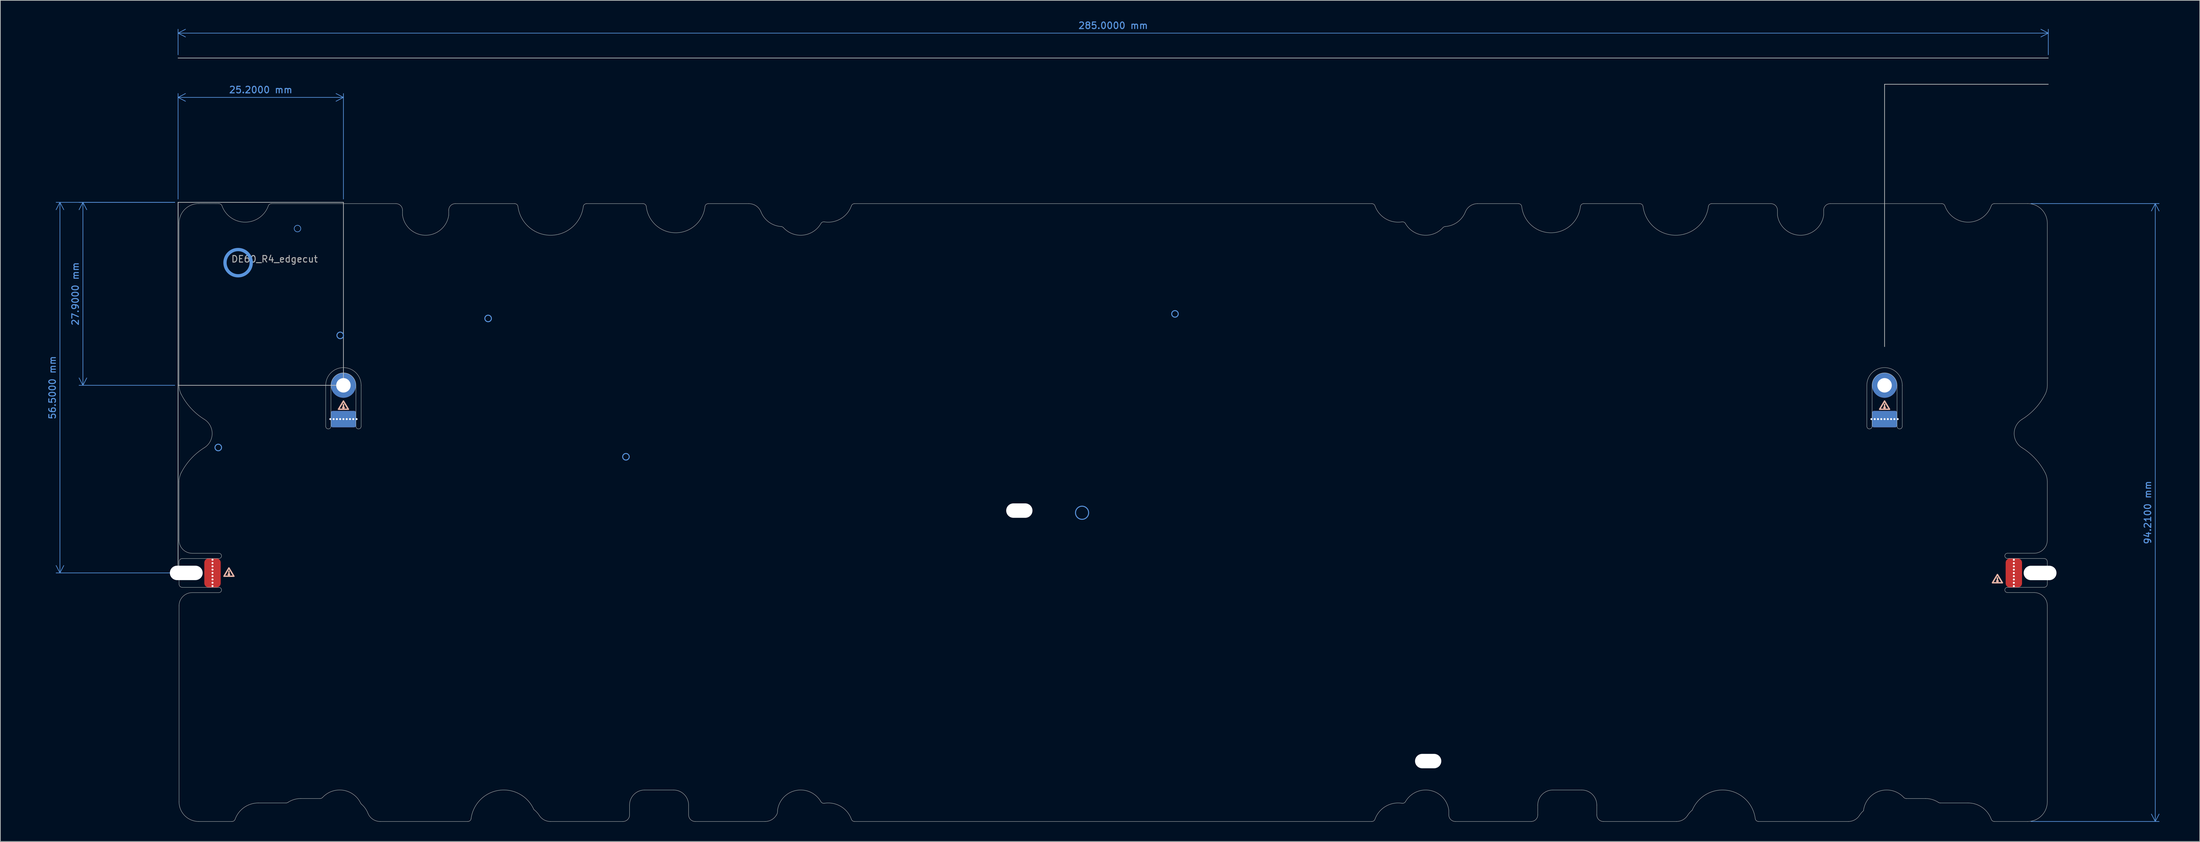
<source format=kicad_pcb>
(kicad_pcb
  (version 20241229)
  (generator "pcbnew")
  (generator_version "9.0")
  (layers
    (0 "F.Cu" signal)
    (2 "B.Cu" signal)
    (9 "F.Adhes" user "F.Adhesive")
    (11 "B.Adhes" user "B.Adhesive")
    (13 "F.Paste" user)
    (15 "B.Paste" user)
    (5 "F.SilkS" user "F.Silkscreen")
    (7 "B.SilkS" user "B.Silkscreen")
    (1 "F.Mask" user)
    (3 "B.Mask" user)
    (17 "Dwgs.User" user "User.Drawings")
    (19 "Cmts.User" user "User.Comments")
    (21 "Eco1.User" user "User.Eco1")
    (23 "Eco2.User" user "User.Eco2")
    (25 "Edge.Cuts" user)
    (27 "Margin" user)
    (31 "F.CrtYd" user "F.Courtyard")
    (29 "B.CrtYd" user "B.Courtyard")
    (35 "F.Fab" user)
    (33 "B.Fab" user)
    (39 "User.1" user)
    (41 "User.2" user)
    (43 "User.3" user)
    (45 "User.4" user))
  (footprint "DE60_R4_edgecut"
    (layer "F.Cu")
    (at 33.235 36.998)
    (property "Reference" "DE60_R4_edgecut" (at 5.55 -0.55 0) (unlocked yes) (layer "F.Fab") (effects (font (size 1 1) (thickness 0.15))))
    (fp_line (start -2.15 47.8) (end -0.65 47.8) (stroke (width 0.2) (type default)) (layer "F.SilkS"))
    (fp_line (start -1.4 46.55) (end -2.15 47.8) (stroke (width 0.2) (type default)) (layer "F.SilkS"))
    (fp_line (start -1.4 47.05) (end -1.4 47.3) (stroke (width 0.2) (type default)) (layer "F.SilkS"))
    (fp_line (start -0.65 47.8) (end -1.4 46.55) (stroke (width 0.2) (type default)) (layer "F.SilkS"))
    (fp_line (start 15.3 22.35) (end 16.8 22.35) (stroke (width 0.2) (type default)) (layer "F.SilkS"))
    (fp_line (start 16.05 21.1) (end 15.3 22.35) (stroke (width 0.2) (type default)) (layer "F.SilkS"))
    (fp_line (start 16.05 21.6) (end 16.05 21.85) (stroke (width 0.2) (type default)) (layer "F.SilkS"))
    (fp_line (start 16.8 22.35) (end 16.05 21.1) (stroke (width 0.2) (type default)) (layer "F.SilkS"))
    (fp_line (start 250.15 22.35) (end 251.65 22.35) (stroke (width 0.2) (type default)) (layer "F.SilkS"))
    (fp_line (start 250.9 21.1) (end 250.15 22.35) (stroke (width 0.2) (type default)) (layer "F.SilkS"))
    (fp_line (start 250.9 21.6) (end 250.9 21.85) (stroke (width 0.2) (type default)) (layer "F.SilkS"))
    (fp_line (start 251.65 22.35) (end 250.9 21.1) (stroke (width 0.2) (type default)) (layer "F.SilkS"))
    (fp_line (start 267.35 48.8) (end 268.85 48.8) (stroke (width 0.2) (type default)) (layer "F.SilkS"))
    (fp_line (start 268.1 47.55) (end 267.35 48.8) (stroke (width 0.2) (type default)) (layer "F.SilkS"))
    (fp_line (start 268.1 48.05) (end 268.1 48.3) (stroke (width 0.2) (type default)) (layer "F.SilkS"))
    (fp_line (start 268.85 48.8) (end 268.1 47.55) (stroke (width 0.2) (type default)) (layer "F.SilkS"))
    (fp_circle (center -1.4 47.55) (end -1.4 47.55) (stroke (width 0.2) (type default)) (fill no) (layer "F.SilkS"))
    (fp_circle (center 16.05 22.1) (end 16.05 22.1) (stroke (width 0.2) (type default)) (fill no) (layer "F.SilkS"))
    (fp_circle (center 250.9 22.1) (end 250.9 22.1) (stroke (width 0.2) (type default)) (fill no) (layer "F.SilkS"))
    (fp_circle (center 268.1 48.55) (end 268.1 48.55) (stroke (width 0.2) (type default)) (fill no) (layer "F.SilkS"))
    (fp_line (start -2.15 47.8) (end -1.4 46.55) (stroke (width 0.2) (type default)) (layer "B.SilkS"))
    (fp_line (start -1.4 46.55) (end -0.65 47.8) (stroke (width 0.2) (type default)) (layer "B.SilkS"))
    (fp_line (start -1.4 47.05) (end -1.4 47.3) (stroke (width 0.2) (type default)) (layer "B.SilkS"))
    (fp_line (start -0.65 47.8) (end -2.15 47.8) (stroke (width 0.2) (type default)) (layer "B.SilkS"))
    (fp_line (start 15.3 22.35) (end 16.05 21.1) (stroke (width 0.2) (type default)) (layer "B.SilkS"))
    (fp_line (start 16.05 21.1) (end 16.8 22.35) (stroke (width 0.2) (type default)) (layer "B.SilkS"))
    (fp_line (start 16.05 21.6) (end 16.05 21.85) (stroke (width 0.2) (type default)) (layer "B.SilkS"))
    (fp_line (start 16.8 22.35) (end 15.3 22.35) (stroke (width 0.2) (type default)) (layer "B.SilkS"))
    (fp_line (start 250.15 22.35) (end 250.9 21.1) (stroke (width 0.2) (type default)) (layer "B.SilkS"))
    (fp_line (start 250.9 21.1) (end 251.65 22.35) (stroke (width 0.2) (type default)) (layer "B.SilkS"))
    (fp_line (start 250.9 21.6) (end 250.9 21.85) (stroke (width 0.2) (type default)) (layer "B.SilkS"))
    (fp_line (start 251.65 22.35) (end 250.15 22.35) (stroke (width 0.2) (type default)) (layer "B.SilkS"))
    (fp_line (start 267.35 48.8) (end 268.1 47.55) (stroke (width 0.2) (type default)) (layer "B.SilkS"))
    (fp_line (start 268.1 47.55) (end 268.85 48.8) (stroke (width 0.2) (type default)) (layer "B.SilkS"))
    (fp_line (start 268.1 48.05) (end 268.1 48.3) (stroke (width 0.2) (type default)) (layer "B.SilkS"))
    (fp_line (start 268.85 48.8) (end 267.35 48.8) (stroke (width 0.2) (type default)) (layer "B.SilkS"))
    (fp_circle (center -1.4 47.55) (end -1.4 47.55) (stroke (width 0.2) (type default)) (fill no) (layer "B.SilkS"))
    (fp_circle (center 16.05 22.1) (end 16.05 22.1) (stroke (width 0.2) (type default)) (fill no) (layer "B.SilkS"))
    (fp_circle (center 250.9 22.1) (end 250.9 22.1) (stroke (width 0.2) (type default)) (fill no) (layer "B.SilkS"))
    (fp_circle (center 268.1 48.55) (end 268.1 48.55) (stroke (width 0.2) (type default)) (fill no) (layer "B.SilkS"))
    (fp_line (start -9.15 -31.2) (end 275.85 -31.2) (stroke (width 0.1) (type default)) (layer "Dwgs.User"))
    (fp_line (start -9.15 -9.2) (end -9.15 47.3) (stroke (width 0.1) (type default)) (layer "Dwgs.User"))
    (fp_line (start -9.15 18.7) (end -9.15 -9.2) (stroke (width 0.1) (type default)) (layer "Dwgs.User"))
    (fp_line (start -9.15 18.7) (end 16.05 18.7) (stroke (width 0.1) (type default)) (layer "Dwgs.User"))
    (fp_line (start 16.05 -9.2) (end -9.15 -9.2) (stroke (width 0.1) (type default)) (layer "Dwgs.User"))
    (fp_line (start 16.05 -9.2) (end 16.05 18.7) (stroke (width 0.1) (type default)) (layer "Dwgs.User"))
    (fp_line (start 250.9 -27.2) (end 250.9 12.8) (stroke (width 0.1) (type default)) (layer "Dwgs.User"))
    (fp_line (start 275.85 -27.2) (end 250.9 -27.2) (stroke (width 0.1) (type default)) (layer "Dwgs.User"))
    (fp_circle (center -3.023 28.179) (end -3.023 27.679) (stroke (width 0.15) (type default)) (fill no) (layer "Cmts.User"))
    (fp_circle (center 0 0) (end 2 0) (stroke (width 0.5) (type solid)) (fill no) (layer "Cmts.User"))
    (fp_circle (center 9.05 -5.2) (end 9.05 -5.7) (stroke (width 0.1) (type default)) (fill no) (layer "Cmts.User"))
    (fp_circle (center 15.56 11.085) (end 16.06 11.085) (stroke (width 0.15) (type default)) (fill no) (layer "Cmts.User"))
    (fp_circle (center 16.05 18.7) (end 16.05 17.7) (stroke (width 0.1) (type default)) (fill no) (layer "Cmts.User"))
    (fp_circle (center 38.1 8.505) (end 38.6 8.505) (stroke (width 0.15) (type default)) (fill no) (layer "Cmts.User"))
    (fp_circle (center 59.102 29.595) (end 59.602 29.595) (stroke (width 0.15) (type default)) (fill no) (layer "Cmts.User"))
    (fp_circle (center 128.61 38.13) (end 129.61 38.13) (stroke (width 0.15) (type default)) (fill no) (layer "Cmts.User"))
    (fp_circle (center 142.768 7.809) (end 142.768 7.309) (stroke (width 0.15) (type default)) (fill no) (layer "Cmts.User"))
    (fp_circle (center 250.9 18.7) (end 250.9 17.7) (stroke (width 0.1) (type default)) (fill no) (layer "Cmts.User"))
    (fp_line (start -9 33.4) (end -9 42.308) (stroke (width 0.05) (type solid)) (layer "Edge.Cuts"))
    (fp_line (start -9 45.608) (end -9 49.008) (stroke (width 0.05) (type solid)) (layer "Edge.Cuts"))
    (fp_line (start -9 -6.01) (end -9 18.7) (stroke (width 0.05) (type solid)) (layer "Edge.Cuts"))
    (fp_line (start -9 52.308) (end -9 82.2) (stroke (width 0.05) (type solid)) (layer "Edge.Cuts"))
    (fp_line (start -7 44.308) (end -2.925 44.308) (stroke (width 0.05) (type solid)) (layer "Edge.Cuts"))
    (fp_line (start -6 -9.01) (end -2.929 -9) (stroke (width 0.05) (type solid)) (layer "Edge.Cuts"))
    (fp_line (start -2.925 45.108) (end -8.5 45.108) (stroke (width 0.05) (type solid)) (layer "Edge.Cuts"))
    (fp_line (start -2.925 49.508) (end -8.5 49.508) (stroke (width 0.05) (type solid)) (layer "Edge.Cuts"))
    (fp_line (start -2.925 50.308) (end -7 50.308) (stroke (width 0.05) (type solid)) (layer "Edge.Cuts"))
    (fp_line (start -0.929 85.2) (end -6 85.2) (stroke (width 0.05) (type solid)) (layer "Edge.Cuts"))
    (fp_line (start 5.079 -9) (end 24.053 -9) (stroke (width 0.05) (type solid)) (layer "Edge.Cuts"))
    (fp_line (start 7.31 82.375) (end 3.075 82.375) (stroke (width 0.05) (type solid)) (layer "Edge.Cuts"))
    (fp_line (start 12.499 81.7) (end 9.549 81.7) (stroke (width 0.05) (type solid)) (layer "Edge.Cuts"))
    (fp_line (start 13.35 24.95) (end 13.35 18.7) (stroke (width 0.05) (type default)) (layer "Edge.Cuts"))
    (fp_line (start 14.15 18.7) (end 14.15 24.95) (stroke (width 0.05) (type default)) (layer "Edge.Cuts"))
    (fp_line (start 17.95 24.95) (end 17.95 18.7) (stroke (width 0.05) (type default)) (layer "Edge.Cuts"))
    (fp_line (start 18.75 18.7) (end 18.75 24.95) (stroke (width 0.05) (type default)) (layer "Edge.Cuts"))
    (fp_line (start 25.053 -8) (end 25.053 -7.25) (stroke (width 0.05) (type solid)) (layer "Edge.Cuts"))
    (fp_line (start 32.097 -8) (end 32.097 -7.25) (stroke (width 0.05) (type solid)) (layer "Edge.Cuts"))
    (fp_line (start 33.097 -9) (end 42.151 -9) (stroke (width 0.05) (type solid)) (layer "Edge.Cuts"))
    (fp_line (start 35.009 85.2) (end 21.639 85.2) (stroke (width 0.05) (type solid)) (layer "Edge.Cuts"))
    (fp_line (start 53.099 -9) (end 61.706 -9) (stroke (width 0.05) (type solid)) (layer "Edge.Cuts"))
    (fp_line (start 58.65 85.2) (end 47.582 85.2) (stroke (width 0.05) (type solid)) (layer "Edge.Cuts"))
    (fp_line (start 59.65 82.7) (end 59.65 84.2) (stroke (width 0.05) (type solid)) (layer "Edge.Cuts"))
    (fp_line (start 61.95 80.4) (end 66.35 80.4) (stroke (width 0.05) (type solid)) (layer "Edge.Cuts"))
    (fp_line (start 68.65 82.7) (end 68.65 84.2) (stroke (width 0.05) (type solid)) (layer "Edge.Cuts"))
    (fp_line (start 71.644 -9) (end 77.822 -9) (stroke (width 0.05) (type solid)) (layer "Edge.Cuts"))
    (fp_line (start 80.306 85.2) (end 69.65 85.2) (stroke (width 0.05) (type solid)) (layer "Edge.Cuts"))
    (fp_line (start 82.206 83.652) (end 82.206 83.466) (stroke (width 0.05) (type solid)) (layer "Edge.Cuts"))
    (fp_line (start 93.929 -9) (end 172.771 -9) (stroke (width 0.05) (type solid)) (layer "Edge.Cuts"))
    (fp_line (start 172.771 85.2) (end 93.929 85.2) (stroke (width 0.05) (type solid)) (layer "Edge.Cuts"))
    (fp_line (start 184.493 84.2) (end 184.493 83.466) (stroke (width 0.05) (type solid)) (layer "Edge.Cuts"))
    (fp_line (start 188.878 -9) (end 195.113 -9) (stroke (width 0.05) (type solid)) (layer "Edge.Cuts"))
    (fp_line (start 197.05 85.2) (end 185.493 85.2) (stroke (width 0.05) (type solid)) (layer "Edge.Cuts"))
    (fp_line (start 198.05 82.7) (end 198.05 84.2) (stroke (width 0.05) (type solid)) (layer "Edge.Cuts"))
    (fp_line (start 204.75 80.4) (end 200.35 80.4) (stroke (width 0.05) (type solid)) (layer "Edge.Cuts"))
    (fp_line (start 205.051 -9) (end 213.601 -9) (stroke (width 0.05) (type solid)) (layer "Edge.Cuts"))
    (fp_line (start 207.05 82.7) (end 207.05 84.2) (stroke (width 0.05) (type solid)) (layer "Edge.Cuts"))
    (fp_line (start 208.05 85.2) (end 219.195 85.2) (stroke (width 0.05) (type solid)) (layer "Edge.Cuts"))
    (fp_line (start 224.549 -9) (end 233.577 -9) (stroke (width 0.05) (type solid)) (layer "Edge.Cuts"))
    (fp_line (start 231.691 85.2) (end 245.387 85.2) (stroke (width 0.05) (type solid)) (layer "Edge.Cuts"))
    (fp_line (start 234.577 -8) (end 234.577 -7.25) (stroke (width 0.05) (type solid)) (layer "Edge.Cuts"))
    (fp_line (start 241.621 -8) (end 241.621 -7.25) (stroke (width 0.05) (type solid)) (layer "Edge.Cuts"))
    (fp_line (start 242.621 -9) (end 259.621 -9) (stroke (width 0.05) (type solid)) (layer "Edge.Cuts"))
    (fp_line (start 247.7 83.545) (end 247.7 83.466) (stroke (width 0.05) (type solid)) (layer "Edge.Cuts"))
    (fp_line (start 248.2 24.95) (end 248.2 18.7) (stroke (width 0.05) (type default)) (layer "Edge.Cuts"))
    (fp_line (start 249 18.7) (end 249 24.95) (stroke (width 0.05) (type default)) (layer "Edge.Cuts"))
    (fp_line (start 252.8 24.95) (end 252.8 18.7) (stroke (width 0.05) (type default)) (layer "Edge.Cuts"))
    (fp_line (start 253.6 18.7) (end 253.6 24.95) (stroke (width 0.05) (type default)) (layer "Edge.Cuts"))
    (fp_line (start 257.149 81.7) (end 254.201 81.7) (stroke (width 0.05) (type solid)) (layer "Edge.Cuts"))
    (fp_line (start 263.625 82.375) (end 259.389 82.375) (stroke (width 0.05) (type solid)) (layer "Edge.Cuts"))
    (fp_line (start 267.629 -9) (end 272.7 -9.01) (stroke (width 0.05) (type solid)) (layer "Edge.Cuts"))
    (fp_line (start 269.625 44.3) (end 273.7 44.3) (stroke (width 0.05) (type solid)) (layer "Edge.Cuts"))
    (fp_line (start 269.625 45.1) (end 275.2 45.1) (stroke (width 0.05) (type solid)) (layer "Edge.Cuts"))
    (fp_line (start 269.625 49.5) (end 275.2 49.5) (stroke (width 0.05) (type solid)) (layer "Edge.Cuts"))
    (fp_line (start 272.7 85.2) (end 267.629 85.2) (stroke (width 0.05) (type solid)) (layer "Edge.Cuts"))
    (fp_line (start 273.7 50.3) (end 269.625 50.3) (stroke (width 0.05) (type solid)) (layer "Edge.Cuts"))
    (fp_line (start 275.7 18.7) (end 275.7 -6.01) (stroke (width 0.05) (type default)) (layer "Edge.Cuts"))
    (fp_line (start 275.7 52.3) (end 275.7 82.2) (stroke (width 0.05) (type solid)) (layer "Edge.Cuts"))
    (fp_line (start 275.7 42.3) (end 275.7 33.4) (stroke (width 0.05) (type solid)) (layer "Edge.Cuts"))
    (fp_line (start 275.7 49) (end 275.7 45.6) (stroke (width 0.05) (type solid)) (layer "Edge.Cuts"))
    (fp_arc (start -9.000012 33.399905) (mid -8.915486 32.692802) (end -8.666682 32.025542) (stroke (width 0.05) (type solid)) (layer "Edge.Cuts"))
    (fp_arc (start -9.000007 45.608023) (mid -8.85356 45.25447) (end -8.500007 45.108023) (stroke (width 0.05) (type default)) (layer "Edge.Cuts"))
    (fp_arc (start -9.000006 -6.01) (mid -8.121325 -8.131319) (end -6.000006 -9.01) (stroke (width 0.05) (type solid)) (layer "Edge.Cuts"))
    (fp_arc (start -9.000006 52.308024) (mid -8.41422 50.89381) (end -7.000006 50.308024) (stroke (width 0.05) (type solid)) (layer "Edge.Cuts"))
    (fp_arc (start -8.666682 20.074459) (mid -8.915489 19.4072) (end -9.000012 18.700096) (stroke (width 0.05) (type solid)) (layer "Edge.Cuts"))
    (fp_arc (start -8.666682 32.025542) (mid -7.167457 29.882365) (end -5.152445 28.214851) (stroke (width 0.05) (type solid)) (layer "Edge.Cuts"))
    (fp_arc (start -8.500006 49.508024) (mid -8.853559 49.361577) (end -9.000006 49.008024) (stroke (width 0.05) (type default)) (layer "Edge.Cuts"))
    (fp_arc (start -7 44.308023) (mid -8.414214 43.722237) (end -9 42.308023) (stroke (width 0.05) (type solid)) (layer "Edge.Cuts"))
    (fp_arc (start -6.000012 85.200002) (mid -8.12133 84.321321) (end -9.000012 82.200002) (stroke (width 0.05) (type solid)) (layer "Edge.Cuts"))
    (fp_arc (start -5.152445 23.885149) (mid -7.167455 22.217633) (end -8.666682 20.074459) (stroke (width 0.05) (type solid)) (layer "Edge.Cuts"))
    (fp_arc (start -5.152445 23.885149) (mid -3.950007 26.05) (end -5.152445 28.214851) (stroke (width 0.05) (type solid)) (layer "Edge.Cuts"))
    (fp_arc (start -2.92938 -8.999999) (mid -2.641144 -8.908568) (end -2.458339 -8.66769) (stroke (width 0.05) (type solid)) (layer "Edge.Cuts"))
    (fp_arc (start -2.92493 44.308023) (mid -2.52493 44.708023) (end -2.92493 45.108023) (stroke (width 0.05) (type default)) (layer "Edge.Cuts"))
    (fp_arc (start -2.92493 49.508024) (mid -2.52493 49.908024) (end -2.92493 50.308024) (stroke (width 0.05) (type default)) (layer "Edge.Cuts"))
    (fp_arc (start -0.458319 84.867853) (mid -0.641139 85.108615) (end -0.929303 85.200002) (stroke (width 0.05) (type solid)) (layer "Edge.Cuts"))
    (fp_arc (start -0.458319 84.867853) (mid 0.913087 83.061411) (end 3.074764 82.374997) (stroke (width 0.05) (type solid)) (layer "Edge.Cuts"))
    (fp_arc (start 4.608336 -8.66769) (mid 1.074999 -6.175) (end -2.458339 -8.66769) (stroke (width 0.05) (type solid)) (layer "Edge.Cuts"))
    (fp_arc (start 4.608336 -8.66769) (mid 4.791139 -8.908572) (end 5.079377 -8.999999) (stroke (width 0.05) (type solid)) (layer "Edge.Cuts"))
    (fp_arc (start 7.586231 82.291665) (mid 7.454186 82.353723) (end 7.309847 82.374997) (stroke (width 0.05) (type solid)) (layer "Edge.Cuts"))
    (fp_arc (start 7.586231 82.291665) (mid 8.523769 81.851151) (end 9.548559 81.700004) (stroke (width 0.05) (type solid)) (layer "Edge.Cuts"))
    (fp_arc (start 12.866038 81.539363) (mid 12.699242 81.658099) (end 12.498839 81.700004) (stroke (width 0.05) (type solid)) (layer "Edge.Cuts"))
    (fp_arc (start 12.866038 81.539363) (mid 15.999883 80.435614) (end 18.677427 82.402848) (stroke (width 0.05) (type solid)) (layer "Edge.Cuts"))
    (fp_arc (start 13.350002 18.700312) (mid 16.050001 16.000313) (end 18.75 18.700312) (stroke (width 0.05) (type default)) (layer "Edge.Cuts"))
    (fp_arc (start 14.150001 18.700312) (mid 16.050001 16.800312) (end 17.950001 18.700312) (stroke (width 0.05) (type default)) (layer "Edge.Cuts"))
    (fp_arc (start 14.150001 24.949708) (mid 13.750001 25.349708) (end 13.350001 24.949708) (stroke (width 0.05) (type default)) (layer "Edge.Cuts"))
    (fp_arc (start 18.750001 24.949708) (mid 18.350001 25.349708) (end 17.950001 24.949708) (stroke (width 0.05) (type default)) (layer "Edge.Cuts"))
    (fp_arc (start 18.800812 82.563488) (mid 18.730898 82.489482) (end 18.677427 82.402848) (stroke (width 0.05) (type solid)) (layer "Edge.Cuts"))
    (fp_arc (start 18.800812 82.563488) (mid 19.374086 83.19265) (end 19.781421 83.940026) (stroke (width 0.05) (type solid)) (layer "Edge.Cuts"))
    (fp_arc (start 21.639475 85.200003) (mid 20.517007 84.855289) (end 19.781421 83.940026) (stroke (width 0.05) (type solid)) (layer "Edge.Cuts"))
    (fp_arc (start 24.052993 -8.999999) (mid 24.760055 -8.707088) (end 25.052993 -7.999999) (stroke (width 0.05) (type solid)) (layer "Edge.Cuts"))
    (fp_arc (start 32.097247 -7.999999) (mid 32.390123 -8.707138) (end 33.097247 -8.999999) (stroke (width 0.05) (type solid)) (layer "Edge.Cuts"))
    (fp_arc (start 32.097247 -7.249503) (mid 28.57512 -4.181) (end 25.052993 -7.249503) (stroke (width 0.05) (type solid)) (layer "Edge.Cuts"))
    (fp_arc (start 35.504689 84.764844) (mid 35.338749 85.075792) (end 35.008911 85.200003) (stroke (width 0.05) (type solid)) (layer "Edge.Cuts"))
    (fp_arc (start 35.504689 84.764844) (mid 39.760491 80.448985) (end 45.067226 83.377642) (stroke (width 0.05) (type solid)) (layer "Edge.Cuts"))
    (fp_arc (start 42.151013 -8.999999) (mid 42.481407 -8.875302) (end 42.64698 -8.563377) (stroke (width 0.05) (type solid)) (layer "Edge.Cuts"))
    (fp_arc (start 45.067226 83.377642) (mid 45.522914 83.794468) (end 45.900636 84.283056) (stroke (width 0.05) (type solid)) (layer "Edge.Cuts"))
    (fp_arc (start 47.582001 85.2) (mid 46.624435 84.955858) (end 45.900636 84.283056) (stroke (width 0.05) (type solid)) (layer "Edge.Cuts"))
    (fp_arc (start 52.603023 -8.563377) (mid 47.625002 -4.181001) (end 42.64698 -8.563377) (stroke (width 0.05) (type solid)) (layer "Edge.Cuts"))
    (fp_arc (start 52.603023 -8.563377) (mid 52.768592 -8.875304) (end 53.09899 -8.999999) (stroke (width 0.05) (type solid)) (layer "Edge.Cuts"))
    (fp_arc (start 59.649994 82.7) (mid 60.323654 81.073661) (end 61.949994 80.4) (stroke (width 0.05) (type solid)) (layer "Edge.Cuts"))
    (fp_arc (start 59.649994 84.200003) (mid 59.357106 84.907114) (end 58.649994 85.200003) (stroke (width 0.05) (type solid)) (layer "Edge.Cuts"))
    (fp_arc (start 61.705971 -8.999999) (mid 62.039274 -8.872669) (end 62.202874 -8.555565) (stroke (width 0.05) (type solid)) (layer "Edge.Cuts"))
    (fp_arc (start 66.349994 80.4) (mid 67.976358 81.073647) (end 68.649994 82.7) (stroke (width 0.05) (type solid)) (layer "Edge.Cuts"))
    (fp_arc (start 69.649994 85.200003) (mid 68.942905 84.907102) (end 68.649994 84.200003) (stroke (width 0.05) (type solid)) (layer "Edge.Cuts"))
    (fp_arc (start 71.147125 -8.555565) (mid 66.675 -4.555658) (end 62.202874 -8.555565) (stroke (width 0.05) (type solid)) (layer "Edge.Cuts"))
    (fp_arc (start 71.147125 -8.555565) (mid 71.310712 -8.872658) (end 71.644028 -8.999999) (stroke (width 0.05) (type solid)) (layer "Edge.Cuts"))
    (fp_arc (start 77.822403 -8.999999) (mid 78.944653 -8.655504) (end 79.680219 -7.740621) (stroke (width 0.05) (type solid)) (layer "Edge.Cuts"))
    (fp_arc (start 81.987819 84.283056) (mid 81.264031 84.955885) (end 80.306454 85.2) (stroke (width 0.05) (type solid)) (layer "Edge.Cuts"))
    (fp_arc (start 81.987819 84.283056) (mid 82.010709 84.247972) (end 82.034005 84.213156) (stroke (width 0.05) (type solid)) (layer "Edge.Cuts"))
    (fp_arc (start 82.206152 83.465503) (mid 85.048448 80.462596) (end 88.810044 82.179123) (stroke (width 0.05) (type solid)) (layer "Edge.Cuts"))
    (fp_arc (start 82.206152 83.652211) (mid 82.162151 83.945596) (end 82.034005 84.213156) (stroke (width 0.05) (type solid)) (layer "Edge.Cuts"))
    (fp_arc (start 82.754946 -5.509022) (mid 80.894549 -6.179732) (end 79.680219 -7.740621) (stroke (width 0.05) (type solid)) (layer "Edge.Cuts"))
    (fp_arc (start 82.754946 -5.509022) (mid 82.939828 -5.460521) (end 83.093011 -5.3462) (stroke (width 0.05) (type solid)) (layer "Edge.Cuts"))
    (fp_arc (start 88.814746 -5.976712) (mid 86.114661 -4.202393) (end 83.093011 -5.3462) (stroke (width 0.05) (type solid)) (layer "Edge.Cuts"))
    (fp_arc (start 88.814746 -5.976712) (mid 89.033276 -6.180232) (end 89.328825 -6.222847) (stroke (width 0.05) (type solid)) (layer "Edge.Cuts"))
    (fp_arc (start 89.323364 82.423292) (mid 89.028633 82.381246) (end 88.810044 82.179123) (stroke (width 0.05) (type solid)) (layer "Edge.Cuts"))
    (fp_arc (start 89.323364 82.423292) (mid 91.83324 82.89727) (end 93.458303 84.867852) (stroke (width 0.05) (type solid)) (layer "Edge.Cuts"))
    (fp_arc (start 93.45835 -8.667595) (mid 91.835952 -6.698023) (end 89.328825 -6.222847) (stroke (width 0.05) (type solid)) (layer "Edge.Cuts"))
    (fp_arc (start 93.45835 -8.667595) (mid 93.641141 -8.908563) (end 93.929425 -8.999999) (stroke (width 0.05) (type solid)) (layer "Edge.Cuts"))
    (fp_arc (start 93.929287 85.200003) (mid 93.641139 85.108602) (end 93.458303 84.867852) (stroke (width 0.05) (type solid)) (layer "Edge.Cuts"))
    (fp_arc (start 172.770575 -8.999999) (mid 173.058827 -8.908518) (end 173.24165 -8.667595) (stroke (width 0.05) (type solid)) (layer "Edge.Cuts"))
    (fp_arc (start 173.241685 84.867852) (mid 173.058865 85.108616) (end 172.7707 85.200003) (stroke (width 0.05) (type solid)) (layer "Edge.Cuts"))
    (fp_arc (start 173.241685 84.867852) (mid 174.866552 82.897439) (end 177.376107 82.423208) (stroke (width 0.05) (type solid)) (layer "Edge.Cuts"))
    (fp_arc (start 177.371951 -6.222972) (mid 174.86436 -6.697778) (end 173.24165 -8.667595) (stroke (width 0.05) (type solid)) (layer "Edge.Cuts"))
    (fp_arc (start 177.371951 -6.222972) (mid 177.667552 -6.18035) (end 177.886143 -5.976837) (stroke (width 0.05) (type solid)) (layer "Edge.Cuts"))
    (fp_arc (start 177.889351 82.17904) (mid 177.670794 82.38113) (end 177.376107 82.423208) (stroke (width 0.05) (type solid)) (layer "Edge.Cuts"))
    (fp_arc (start 177.889351 82.17904) (mid 181.650984 80.462547) (end 184.493195 83.465503) (stroke (width 0.05) (type solid)) (layer "Edge.Cuts"))
    (fp_arc (start 183.608001 -5.346258) (mid 180.586261 -4.202386) (end 177.886143 -5.976837) (stroke (width 0.05) (type solid)) (layer "Edge.Cuts"))
    (fp_arc (start 183.608001 -5.346258) (mid 183.761124 -5.46057) (end 183.945947 -5.50908) (stroke (width 0.05) (type solid)) (layer "Edge.Cuts"))
    (fp_arc (start 185.493195 85.200003) (mid 184.786105 84.907103) (end 184.493195 84.200003) (stroke (width 0.05) (type solid)) (layer "Edge.Cuts"))
    (fp_arc (start 187.019781 -7.740621) (mid 185.805817 -6.180005) (end 183.945947 -5.50908) (stroke (width 0.05) (type solid)) (layer "Edge.Cuts"))
    (fp_arc (start 187.019781 -7.740621) (mid 187.755372 -8.655484) (end 188.877597 -8.999999) (stroke (width 0.05) (type solid)) (layer "Edge.Cuts"))
    (fp_arc (start 195.113382 -8.999999) (mid 195.446678 -8.872665) (end 195.610285 -8.555565) (stroke (width 0.05) (type solid)) (layer "Edge.Cuts"))
    (fp_arc (start 198.049994 82.7) (mid 198.723654 81.073661) (end 200.349994 80.4) (stroke (width 0.05) (type solid)) (layer "Edge.Cuts"))
    (fp_arc (start 198.049994 84.200003) (mid 197.757106 84.907114) (end 197.049994 85.200003) (stroke (width 0.05) (type solid)) (layer "Edge.Cuts"))
    (fp_arc (start 204.554536 -8.555565) (mid 200.082411 -4.555658) (end 195.610285 -8.555565) (stroke (width 0.05) (type solid)) (layer "Edge.Cuts"))
    (fp_arc (start 204.554536 -8.555565) (mid 204.718124 -8.872654) (end 205.051439 -8.999999) (stroke (width 0.05) (type solid)) (layer "Edge.Cuts"))
    (fp_arc (start 204.749994 80.4) (mid 206.376358 81.073647) (end 207.049994 82.7) (stroke (width 0.05) (type solid)) (layer "Edge.Cuts"))
    (fp_arc (start 208.049994 85.200003) (mid 207.342905 84.907102) (end 207.049994 84.200003) (stroke (width 0.05) (type solid)) (layer "Edge.Cuts"))
    (fp_arc (start 213.60101 -8.999999) (mid 213.931406 -8.875303) (end 214.096977 -8.563377) (stroke (width 0.05) (type solid)) (layer "Edge.Cuts"))
    (fp_arc (start 220.876098 84.283058) (mid 220.152308 84.955879) (end 219.194732 85.200003) (stroke (width 0.05) (type solid)) (layer "Edge.Cuts"))
    (fp_arc (start 220.876098 84.283058) (mid 221.203423 83.850399) (end 221.592049 83.471841) (stroke (width 0.05) (type solid)) (layer "Edge.Cuts"))
    (fp_arc (start 221.592049 83.471841) (mid 226.888694 80.441891) (end 231.195299 84.764844) (stroke (width 0.05) (type solid)) (layer "Edge.Cuts"))
    (fp_arc (start 224.05302 -8.563377) (mid 219.074999 -4.181001) (end 214.096977 -8.563377) (stroke (width 0.05) (type solid)) (layer "Edge.Cuts"))
    (fp_arc (start 224.05302 -8.563377) (mid 224.218589 -8.875306) (end 224.548987 -8.999999) (stroke (width 0.05) (type solid)) (layer "Edge.Cuts"))
    (fp_arc (start 231.691076 85.200003) (mid 231.361269 85.075768) (end 231.195299 84.764844) (stroke (width 0.05) (type solid)) (layer "Edge.Cuts"))
    (fp_arc (start 233.576873 -8.999999) (mid 234.283948 -8.707095) (end 234.576873 -7.999999) (stroke (width 0.05) (type solid)) (layer "Edge.Cuts"))
    (fp_arc (start 241.621128 -7.999999) (mid 241.914003 -8.707145) (end 242.621128 -8.999999) (stroke (width 0.05) (type solid)) (layer "Edge.Cuts"))
    (fp_arc (start 241.621128 -7.249503) (mid 238.099001 -4.181001) (end 234.576873 -7.249503) (stroke (width 0.05) (type solid)) (layer "Edge.Cuts"))
    (fp_arc (start 247.068598 84.283058) (mid 246.344808 84.955879) (end 245.387232 85.200003) (stroke (width 0.05) (type solid)) (layer "Edge.Cuts"))
    (fp_arc (start 247.068598 84.283058) (mid 247.359249 83.892608) (end 247.699916 83.544937) (stroke (width 0.05) (type solid)) (layer "Edge.Cuts"))
    (fp_arc (start 247.699916 83.465503) (mid 250.156795 80.560311) (end 253.83344 81.539504) (stroke (width 0.05) (type solid)) (layer "Edge.Cuts"))
    (fp_arc (start 248.200002 18.700312) (mid 250.900001 16.000313) (end 253.6 18.700312) (stroke (width 0.05) (type default)) (layer "Edge.Cuts"))
    (fp_arc (start 249.000001 18.700312) (mid 250.900001 16.800312) (end 252.800001 18.700312) (stroke (width 0.05) (type default)) (layer "Edge.Cuts"))
    (fp_arc (start 249.000001 24.949708) (mid 248.600001 25.349708) (end 248.200001 24.949708) (stroke (width 0.05) (type default)) (layer "Edge.Cuts"))
    (fp_arc (start 253.600001 24.949708) (mid 253.200001 25.349708) (end 252.800001 24.949708) (stroke (width 0.05) (type default)) (layer "Edge.Cuts"))
    (fp_arc (start 254.200605 81.700164) (mid 254.000208 81.658249) (end 253.83344 81.539504) (stroke (width 0.05) (type solid)) (layer "Edge.Cuts"))
    (fp_arc (start 257.149111 81.700467) (mid 258.174505 81.85152) (end 259.112784 82.291843) (stroke (width 0.05) (type solid)) (layer "Edge.Cuts"))
    (fp_arc (start 259.3889 82.374997) (mid 259.244719 82.353753) (end 259.112784 82.291843) (stroke (width 0.05) (type solid)) (layer "Edge.Cuts"))
    (fp_arc (start 259.620623 -8.999999) (mid 259.908857 -8.908567) (end 260.091664 -8.66769) (stroke (width 0.05) (type solid)) (layer "Edge.Cuts"))
    (fp_arc (start 263.624988 82.374997) (mid 265.786784 83.061377) (end 267.158305 84.867866) (stroke (width 0.05) (type solid)) (layer "Edge.Cuts"))
    (fp_arc (start 267.158339 -8.66769) (mid 263.625002 -6.175) (end 260.091664 -8.66769) (stroke (width 0.05) (type solid)) (layer "Edge.Cuts"))
    (fp_arc (start 267.158339 -8.66769) (mid 267.341142 -8.908571) (end 267.62938 -8.999999) (stroke (width 0.05) (type solid)) (layer "Edge.Cuts"))
    (fp_arc (start 267.629284 85.200002) (mid 267.341144 85.108604) (end 267.158305 84.867866) (stroke (width 0.05) (type solid)) (layer "Edge.Cuts"))
    (fp_arc (start 269.62493 45.1) (mid 269.22493 44.7) (end 269.62493 44.3) (stroke (width 0.05) (type default)) (layer "Edge.Cuts"))
    (fp_arc (start 269.62493 50.300001) (mid 269.22493 49.900001) (end 269.62493 49.500001) (stroke (width 0.05) (type default)) (layer "Edge.Cuts"))
    (fp_arc (start 271.852433 28.214851) (mid 270.650019 26.050009) (end 271.852433 23.885149) (stroke (width 0.05) (type solid)) (layer "Edge.Cuts"))
    (fp_arc (start 271.852433 28.214851) (mid 273.867446 29.882366) (end 275.366669 32.025542) (stroke (width 0.05) (type solid)) (layer "Edge.Cuts"))
    (fp_arc (start 272.700006 -9.01) (mid 274.821297 -8.131291) (end 275.700006 -6.01) (stroke (width 0.05) (type solid)) (layer "Edge.Cuts"))
    (fp_arc (start 273.7 50.300001) (mid 275.114214 50.885787) (end 275.7 52.300001) (stroke (width 0.05) (type solid)) (layer "Edge.Cuts"))
    (fp_arc (start 275.200006 45.1) (mid 275.553559 45.246447) (end 275.700006 45.6) (stroke (width 0.05) (type default)) (layer "Edge.Cuts"))
    (fp_arc (start 275.366669 20.074459) (mid 273.867447 22.217638) (end 271.852433 23.885149) (stroke (width 0.05) (type solid)) (layer "Edge.Cuts"))
    (fp_arc (start 275.366669 32.025542) (mid 275.615481 32.692801) (end 275.7 33.399905) (stroke (width 0.05) (type solid)) (layer "Edge.Cuts"))
    (fp_arc (start 275.7 18.700096) (mid 275.615482 19.407202) (end 275.366669 20.074459) (stroke (width 0.05) (type solid)) (layer "Edge.Cuts"))
    (fp_arc (start 275.7 82.200002) (mid 274.821326 84.32133) (end 272.7 85.200002) (stroke (width 0.05) (type solid)) (layer "Edge.Cuts"))
    (fp_arc (start 275.700006 42.3) (mid 275.11422 43.714214) (end 273.700006 44.3) (stroke (width 0.05) (type solid)) (layer "Edge.Cuts"))
    (fp_arc (start 275.700007 49.000001) (mid 275.55356 49.353554) (end 275.200007 49.500001) (stroke (width 0.05) (type default)) (layer "Edge.Cuts"))
    (fp_line (start -3.9 49.3) (end -3.9 45.3) (stroke (width 0.12) (type solid)) (layer "User.2"))
    (fp_line (start 14.05 23.85) (end 18.05 23.85) (stroke (width 0.12) (type solid)) (layer "User.2"))
    (fp_line (start 248.9 23.85) (end 252.9 23.85) (stroke (width 0.12) (type solid)) (layer "User.2"))
    (fp_line (start 270.6 45.308) (end 270.6 49.308) (stroke (width 0.12) (type solid)) (layer "User.2"))
    (dimension (type aligned) (layer "Cmts.User") (pts (xy 24.085 27.799) (xy 49.285 27.799)) (height -16) (format (prefix "") (suffix "") (units 3) (units_format 1) (precision 4)) (style (thickness 0.1) (arrow_length 1.27) (text_position_mode 0) (arrow_direction outward) (extension_height 0.586) (extension_offset 0.5) (keep_text_aligned yes)) (gr_text "25.2000 mm" (at 36.685 10.649 0) (layer "Cmts.User") (effects (font (size 1 1) (thickness 0.15)))))
    (dimension (type aligned) (layer "Cmts.User") (pts (xy 305.935 27.988) (xy 305.935 122.198)) (height -19.451) (format (prefix "") (suffix "") (units 3) (units_format 1) (precision 4)) (style (thickness 0.1) (arrow_length 1.27) (text_position_mode 0) (arrow_direction outward) (extension_height 0.586) (extension_offset 0.5) (keep_text_aligned yes)) (gr_text "94.2100 mm" (at 324.236 75.093 90) (layer "Cmts.User") (effects (font (size 1 1) (thickness 0.15)))))
    (dimension (type aligned) (layer "Cmts.User") (pts (xy 24.085 27.799) (xy 24.085 84.299)) (height 18) (format (prefix "") (suffix "") (units 3) (units_format 1) (precision 4)) (style (thickness 0.1) (arrow_length 1.27) (text_position_mode 0) (arrow_direction outward) (extension_height 0.586) (extension_offset 0.5) (keep_text_aligned yes)) (gr_text "56.5000 mm" (at 4.935 56.049 90) (layer "Cmts.User") (effects (font (size 1 1) (thickness 0.15)))))
    (dimension (type aligned) (layer "Cmts.User") (pts (xy 309.085 5.799) (xy 24.085 5.799)) (height 3.8) (format (prefix "") (suffix "") (units 3) (units_format 1) (precision 4)) (style (thickness 0.1) (arrow_length 1.27) (text_position_mode 0) (arrow_direction outward) (extension_height 0.586) (extension_offset 0.5) (keep_text_aligned yes)) (gr_text "285.0000 mm" (at 166.585 0.848 0) (layer "Cmts.User") (effects (font (size 1 1) (thickness 0.15)))))
    (dimension (type aligned) (layer "Cmts.User") (pts (xy 24.085 27.799) (xy 24.085 55.699)) (height 14.5) (format (prefix "") (suffix "") (units 3) (units_format 1) (precision 4)) (style (thickness 0.1) (arrow_length 1.27) (text_position_mode 0) (arrow_direction outward) (extension_height 0.586) (extension_offset 0.5) (keep_text_aligned yes)) (gr_text "27.9000 mm" (at 8.435 41.749 90) (layer "Cmts.User") (effects (font (size 1 1) (thickness 0.15)))))
    (pad "" np_thru_hole oval (at -7.9 47.3 180) (size 5 2.2) (drill oval 5 2.2) (layers "*.Cu" "*.Mask"))
    (pad "" np_thru_hole circle (at -3.9 45.3 90) (size 0.3 0.3) (drill 0.3) (layers "*.Cu" "*.Mask"))
    (pad "" np_thru_hole circle (at -3.9 45.8 90) (size 0.3 0.3) (drill 0.3) (layers "*.Cu" "*.Mask"))
    (pad "" np_thru_hole circle (at -3.9 46.3 90) (size 0.3 0.3) (drill 0.3) (layers "*.Cu" "*.Mask"))
    (pad "" np_thru_hole circle (at -3.9 46.8 90) (size 0.3 0.3) (drill 0.3) (layers "*.Cu" "*.Mask"))
    (pad "" np_thru_hole circle (at -3.9 47.3 90) (size 0.3 0.3) (drill 0.3) (layers "*.Cu" "*.Mask"))
    (pad "" smd roundrect (at -3.9 47.3 270) (size 4.4 2.5) (layers "F.Cu" "F.Mask") (roundrect_rratio 0.25))
    (pad "" np_thru_hole circle (at -3.9 47.8 90) (size 0.3 0.3) (drill 0.3) (layers "*.Cu" "*.Mask"))
    (pad "" np_thru_hole circle (at -3.9 48.3 90) (size 0.3 0.3) (drill 0.3) (layers "*.Cu" "*.Mask"))
    (pad "" np_thru_hole circle (at -3.9 48.8 90) (size 0.3 0.3) (drill 0.3) (layers "*.Cu" "*.Mask"))
    (pad "" np_thru_hole circle (at -3.9 49.3 90) (size 0.3 0.3) (drill 0.3) (layers "*.Cu" "*.Mask"))
    (pad "" np_thru_hole circle (at 14.05 23.85) (size 0.3 0.3) (drill 0.3) (layers "*.Cu" "*.Mask"))
    (pad "" np_thru_hole circle (at 14.55 23.85) (size 0.3 0.3) (drill 0.3) (layers "*.Cu" "*.Mask"))
    (pad "" np_thru_hole circle (at 15.05 23.85) (size 0.3 0.3) (drill 0.3) (layers "*.Cu" "*.Mask"))
    (pad "" np_thru_hole circle (at 15.55 23.85) (size 0.3 0.3) (drill 0.3) (layers "*.Cu" "*.Mask"))
    (pad "" np_thru_hole circle (at 16.05 23.85) (size 0.3 0.3) (drill 0.3) (layers "*.Cu" "*.Mask"))
    (pad "" smd roundrect (at 16.05 23.85) (size 3.8 2.5) (layers "F.Cu" "F.Mask") (roundrect_rratio 0.1))
    (pad "" smd roundrect (at 16.05 23.85) (size 3.8 2.5) (layers "B.Cu" "B.Mask") (roundrect_rratio 0.1))
    (pad "" np_thru_hole circle (at 16.55 23.85) (size 0.3 0.3) (drill 0.3) (layers "*.Cu" "*.Mask"))
    (pad "" np_thru_hole circle (at 17.05 23.85) (size 0.3 0.3) (drill 0.3) (layers "*.Cu" "*.Mask"))
    (pad "" np_thru_hole circle (at 17.55 23.85) (size 0.3 0.3) (drill 0.3) (layers "*.Cu" "*.Mask"))
    (pad "" np_thru_hole circle (at 18.05 23.85) (size 0.3 0.3) (drill 0.3) (layers "*.Cu" "*.Mask"))
    (pad "" np_thru_hole oval (at 119.05 37.8) (size 4 2.2) (drill oval 4 2.2) (layers "*.Cu" "*.Mask"))
    (pad "" np_thru_hole oval (at 181.35 75.991) (size 4 2.2) (drill oval 4 2.2) (layers "*.Cu" "*.Mask"))
    (pad "" np_thru_hole circle (at 248.9 23.85) (size 0.3 0.3) (drill 0.3) (layers "*.Cu" "*.Mask"))
    (pad "" np_thru_hole circle (at 249.4 23.85) (size 0.3 0.3) (drill 0.3) (layers "*.Cu" "*.Mask"))
    (pad "" np_thru_hole circle (at 249.9 23.85) (size 0.3 0.3) (drill 0.3) (layers "*.Cu" "*.Mask"))
    (pad "" np_thru_hole circle (at 250.4 23.85) (size 0.3 0.3) (drill 0.3) (layers "*.Cu" "*.Mask"))
    (pad "" np_thru_hole circle (at 250.9 23.85) (size 0.3 0.3) (drill 0.3) (layers "*.Cu" "*.Mask"))
    (pad "" smd roundrect (at 250.9 23.85) (size 3.8 2.5) (layers "F.Cu" "F.Mask") (roundrect_rratio 0.1))
    (pad "" smd roundrect (at 250.9 23.85) (size 3.8 2.5) (layers "B.Cu" "B.Mask") (roundrect_rratio 0.1))
    (pad "" np_thru_hole circle (at 251.4 23.85) (size 0.3 0.3) (drill 0.3) (layers "*.Cu" "*.Mask"))
    (pad "" np_thru_hole circle (at 251.9 23.85) (size 0.3 0.3) (drill 0.3) (layers "*.Cu" "*.Mask"))
    (pad "" np_thru_hole circle (at 252.4 23.85) (size 0.3 0.3) (drill 0.3) (layers "*.Cu" "*.Mask"))
    (pad "" np_thru_hole circle (at 252.9 23.85) (size 0.3 0.3) (drill 0.3) (layers "*.Cu" "*.Mask"))
    (pad "" np_thru_hole circle (at 270.6 45.308 270) (size 0.3 0.3) (drill 0.3) (layers "*.Cu" "*.Mask"))
    (pad "" np_thru_hole circle (at 270.6 45.808 270) (size 0.3 0.3) (drill 0.3) (layers "*.Cu" "*.Mask"))
    (pad "" np_thru_hole circle (at 270.6 46.308 270) (size 0.3 0.3) (drill 0.3) (layers "*.Cu" "*.Mask"))
    (pad "" np_thru_hole circle (at 270.6 46.808 270) (size 0.3 0.3) (drill 0.3) (layers "*.Cu" "*.Mask"))
    (pad "" np_thru_hole circle (at 270.6 47.308 270) (size 0.3 0.3) (drill 0.3) (layers "*.Cu" "*.Mask"))
    (pad "" smd roundrect (at 270.6 47.308 90) (size 4.4 2.5) (layers "F.Cu" "F.Mask") (roundrect_rratio 0.25))
    (pad "" np_thru_hole circle (at 270.6 47.808 270) (size 0.3 0.3) (drill 0.3) (layers "*.Cu" "*.Mask"))
    (pad "" np_thru_hole circle (at 270.6 48.308 270) (size 0.3 0.3) (drill 0.3) (layers "*.Cu" "*.Mask"))
    (pad "" np_thru_hole circle (at 270.6 48.808 270) (size 0.3 0.3) (drill 0.3) (layers "*.Cu" "*.Mask"))
    (pad "" np_thru_hole circle (at 270.6 49.308 270) (size 0.3 0.3) (drill 0.3) (layers "*.Cu" "*.Mask"))
    (pad "" np_thru_hole oval (at 274.6 47.308) (size 5 2.2) (drill oval 5 2.2) (layers "*.Cu" "*.Mask"))
    (pad "MP" thru_hole circle (at 16.05 18.7) (size 3.8 3.8) (drill 2.2) (layers "*.Cu" "*.Mask"))
    (pad "MP" thru_hole circle (at 250.9 18.7) (size 3.8 3.8) (drill 2.2) (layers "*.Cu" "*.Mask")))
  (gr_rect
    (start -3 -3)
    (end 332.17 125.248)
    (stroke (width 0.1) (type default))
    (fill no)
    (layer "Edge.Cuts")))
</source>
